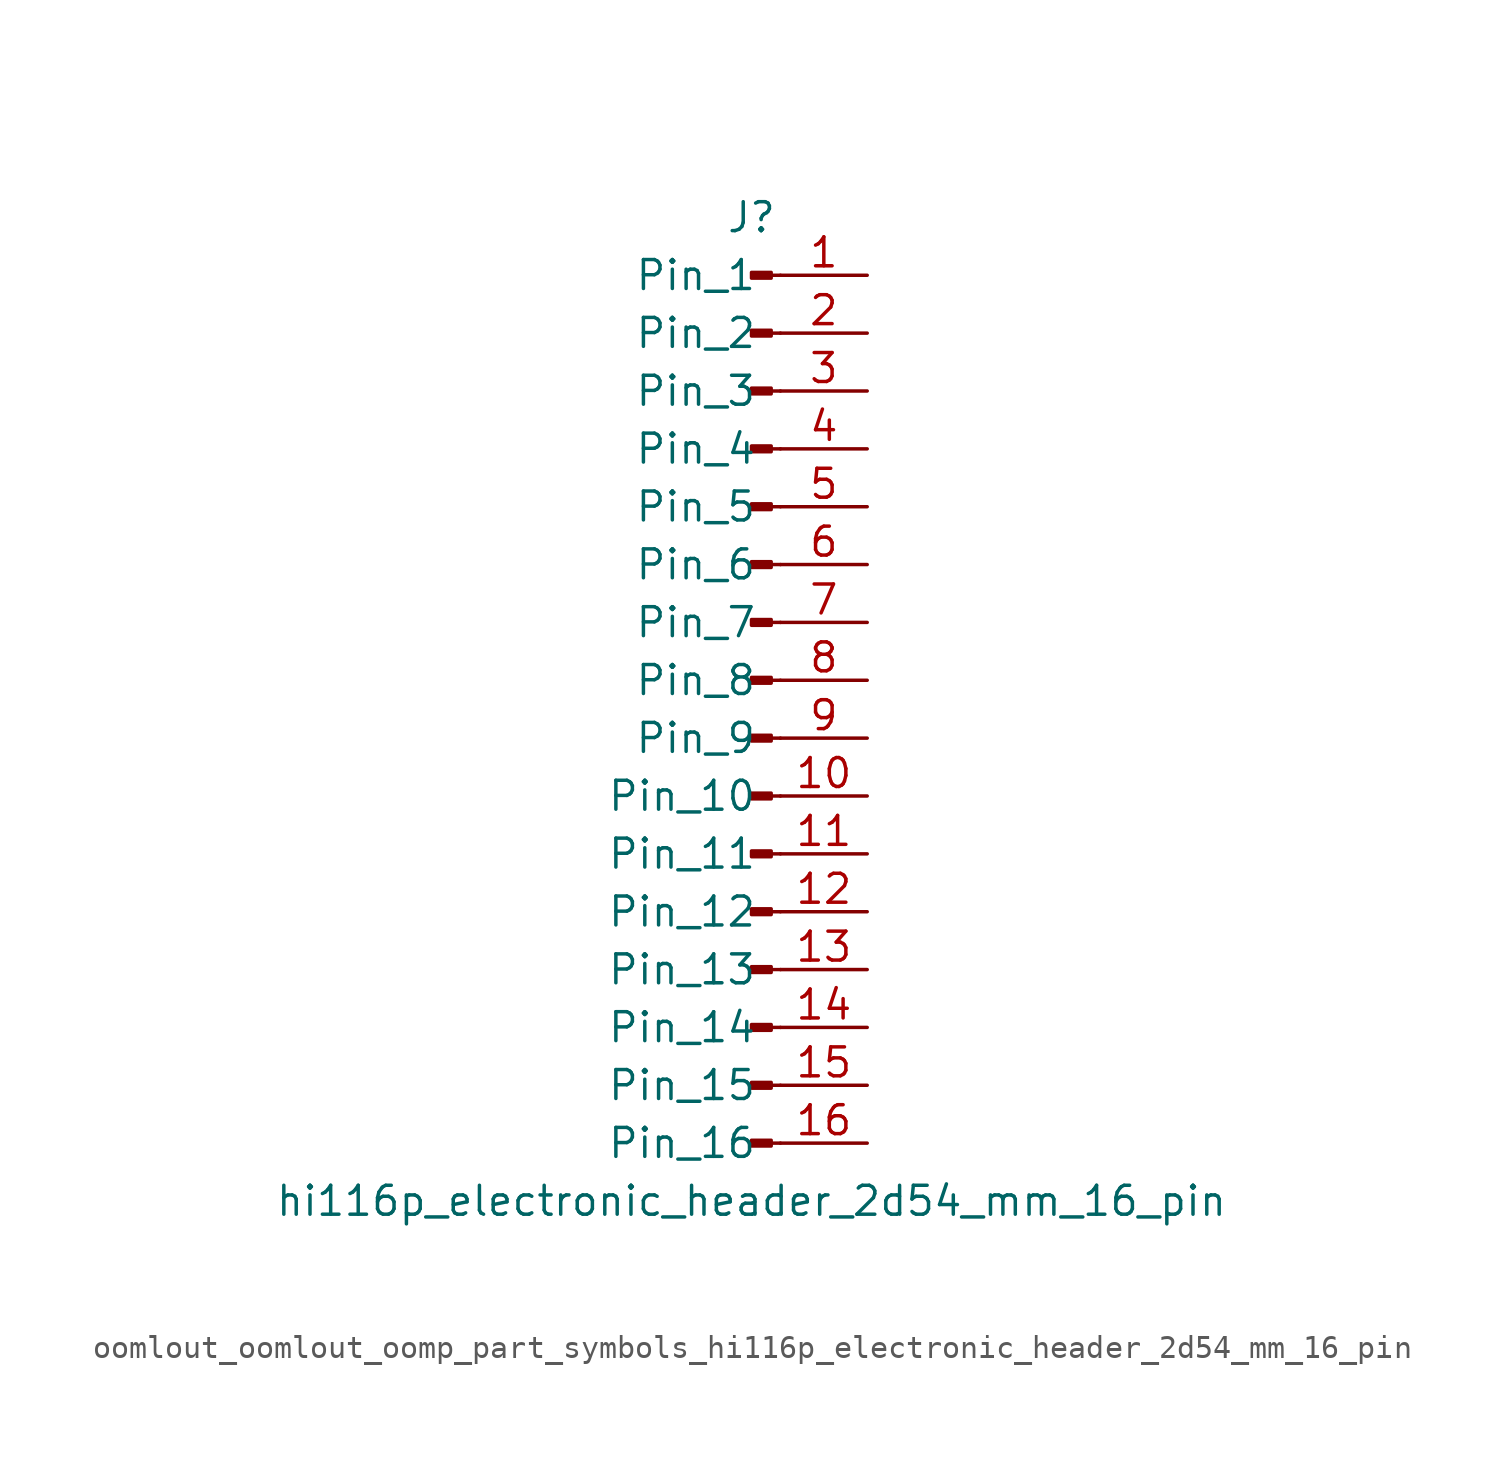
<source format=kicad_sym>
(kicad_symbol_lib
  (version 20220914)
  (generator kicad_symbol_editor)
  (symbol "oomlout_oomlout_oomp_part_symbols_hi116p_electronic_header_2d54_mm_16_pin"
    (pin_names
      (offset 1.016))
    (property "Reference" "J"
      (at 0 20.32 0)
      (effects (font (size 1.27 1.27))))
    (property "Value" "hi116p_electronic_header_2d54_mm_16_pin"
      (at 0 -22.86 0)
      (effects (font (size 1.27 1.27))))
    (property "ki_locked" ""
      (at 0 0 0)
      (effects (font (size 1.27 1.27))))
    (symbol "oomlout_oomlout_oomp_part_symbols_hi116p_electronic_header_2d54_mm_16_pin_1_1"
      (polyline (pts (xy 1.27 -20.32) (xy 0.864 -20.32)) (stroke (width 0.152) (type default)) (fill (type none)))
      (polyline (pts (xy 1.27 -17.78) (xy 0.864 -17.78)) (stroke (width 0.152) (type default)) (fill (type none)))
      (polyline (pts (xy 1.27 -15.24) (xy 0.864 -15.24)) (stroke (width 0.152) (type default)) (fill (type none)))
      (polyline (pts (xy 1.27 -12.7) (xy 0.864 -12.7)) (stroke (width 0.152) (type default)) (fill (type none)))
      (polyline (pts (xy 1.27 -10.16) (xy 0.864 -10.16)) (stroke (width 0.152) (type default)) (fill (type none)))
      (polyline (pts (xy 1.27 -7.62) (xy 0.864 -7.62)) (stroke (width 0.152) (type default)) (fill (type none)))
      (polyline (pts (xy 1.27 -5.08) (xy 0.864 -5.08)) (stroke (width 0.152) (type default)) (fill (type none)))
      (polyline (pts (xy 1.27 -2.54) (xy 0.864 -2.54)) (stroke (width 0.152) (type default)) (fill (type none)))
      (polyline (pts (xy 1.27 0) (xy 0.864 0)) (stroke (width 0.152) (type default)) (fill (type none)))
      (polyline (pts (xy 1.27 2.54) (xy 0.864 2.54)) (stroke (width 0.152) (type default)) (fill (type none)))
      (polyline (pts (xy 1.27 5.08) (xy 0.864 5.08)) (stroke (width 0.152) (type default)) (fill (type none)))
      (polyline (pts (xy 1.27 7.62) (xy 0.864 7.62)) (stroke (width 0.152) (type default)) (fill (type none)))
      (polyline (pts (xy 1.27 10.16) (xy 0.864 10.16)) (stroke (width 0.152) (type default)) (fill (type none)))
      (polyline (pts (xy 1.27 12.7) (xy 0.864 12.7)) (stroke (width 0.152) (type default)) (fill (type none)))
      (polyline (pts (xy 1.27 15.24) (xy 0.864 15.24)) (stroke (width 0.152) (type default)) (fill (type none)))
      (polyline (pts (xy 1.27 17.78) (xy 0.864 17.78)) (stroke (width 0.152) (type default)) (fill (type none)))
      (rectangle (start 0.864 -20.193) (end 0 -20.447) (stroke (width 0.152) (type default)) (fill (type outline)))
      (rectangle (start 0.864 -17.653) (end 0 -17.907) (stroke (width 0.152) (type default)) (fill (type outline)))
      (rectangle (start 0.864 -15.113) (end 0 -15.367) (stroke (width 0.152) (type default)) (fill (type outline)))
      (rectangle (start 0.864 -12.573) (end 0 -12.827) (stroke (width 0.152) (type default)) (fill (type outline)))
      (rectangle (start 0.864 -10.033) (end 0 -10.287) (stroke (width 0.152) (type default)) (fill (type outline)))
      (rectangle (start 0.864 -7.493) (end 0 -7.747) (stroke (width 0.152) (type default)) (fill (type outline)))
      (rectangle (start 0.864 -4.953) (end 0 -5.207) (stroke (width 0.152) (type default)) (fill (type outline)))
      (rectangle (start 0.864 -2.413) (end 0 -2.667) (stroke (width 0.152) (type default)) (fill (type outline)))
      (rectangle (start 0.864 0.127) (end 0 -0.127) (stroke (width 0.152) (type default)) (fill (type outline)))
      (rectangle (start 0.864 2.667) (end 0 2.413) (stroke (width 0.152) (type default)) (fill (type outline)))
      (rectangle (start 0.864 5.207) (end 0 4.953) (stroke (width 0.152) (type default)) (fill (type outline)))
      (rectangle (start 0.864 7.747) (end 0 7.493) (stroke (width 0.152) (type default)) (fill (type outline)))
      (rectangle (start 0.864 10.287) (end 0 10.033) (stroke (width 0.152) (type default)) (fill (type outline)))
      (rectangle (start 0.864 12.827) (end 0 12.573) (stroke (width 0.152) (type default)) (fill (type outline)))
      (rectangle (start 0.864 15.367) (end 0 15.113) (stroke (width 0.152) (type default)) (fill (type outline)))
      (rectangle (start 0.864 17.907) (end 0 17.653) (stroke (width 0.152) (type default)) (fill (type outline)))
      (pin passive line (at 5.08 17.78 180) (length 3.81) (name "Pin_1" (effects (font (size 1.27 1.27)))) (number "1" (effects (font (size 1.27 1.27)))))
      (pin passive line (at 5.08 -5.08 180) (length 3.81) (name "Pin_10" (effects (font (size 1.27 1.27)))) (number "10" (effects (font (size 1.27 1.27)))))
      (pin passive line (at 5.08 -7.62 180) (length 3.81) (name "Pin_11" (effects (font (size 1.27 1.27)))) (number "11" (effects (font (size 1.27 1.27)))))
      (pin passive line (at 5.08 -10.16 180) (length 3.81) (name "Pin_12" (effects (font (size 1.27 1.27)))) (number "12" (effects (font (size 1.27 1.27)))))
      (pin passive line (at 5.08 -12.7 180) (length 3.81) (name "Pin_13" (effects (font (size 1.27 1.27)))) (number "13" (effects (font (size 1.27 1.27)))))
      (pin passive line (at 5.08 -15.24 180) (length 3.81) (name "Pin_14" (effects (font (size 1.27 1.27)))) (number "14" (effects (font (size 1.27 1.27)))))
      (pin passive line (at 5.08 -17.78 180) (length 3.81) (name "Pin_15" (effects (font (size 1.27 1.27)))) (number "15" (effects (font (size 1.27 1.27)))))
      (pin passive line (at 5.08 -20.32 180) (length 3.81) (name "Pin_16" (effects (font (size 1.27 1.27)))) (number "16" (effects (font (size 1.27 1.27)))))
      (pin passive line (at 5.08 15.24 180) (length 3.81) (name "Pin_2" (effects (font (size 1.27 1.27)))) (number "2" (effects (font (size 1.27 1.27)))))
      (pin passive line (at 5.08 12.7 180) (length 3.81) (name "Pin_3" (effects (font (size 1.27 1.27)))) (number "3" (effects (font (size 1.27 1.27)))))
      (pin passive line (at 5.08 10.16 180) (length 3.81) (name "Pin_4" (effects (font (size 1.27 1.27)))) (number "4" (effects (font (size 1.27 1.27)))))
      (pin passive line (at 5.08 7.62 180) (length 3.81) (name "Pin_5" (effects (font (size 1.27 1.27)))) (number "5" (effects (font (size 1.27 1.27)))))
      (pin passive line (at 5.08 5.08 180) (length 3.81) (name "Pin_6" (effects (font (size 1.27 1.27)))) (number "6" (effects (font (size 1.27 1.27)))))
      (pin passive line (at 5.08 2.54 180) (length 3.81) (name "Pin_7" (effects (font (size 1.27 1.27)))) (number "7" (effects (font (size 1.27 1.27)))))
      (pin passive line (at 5.08 0 180) (length 3.81) (name "Pin_8" (effects (font (size 1.27 1.27)))) (number "8" (effects (font (size 1.27 1.27)))))
      (pin passive line (at 5.08 -2.54 180) (length 3.81) (name "Pin_9" (effects (font (size 1.27 1.27)))) (number "9" (effects (font (size 1.27 1.27))))))))
</source>
